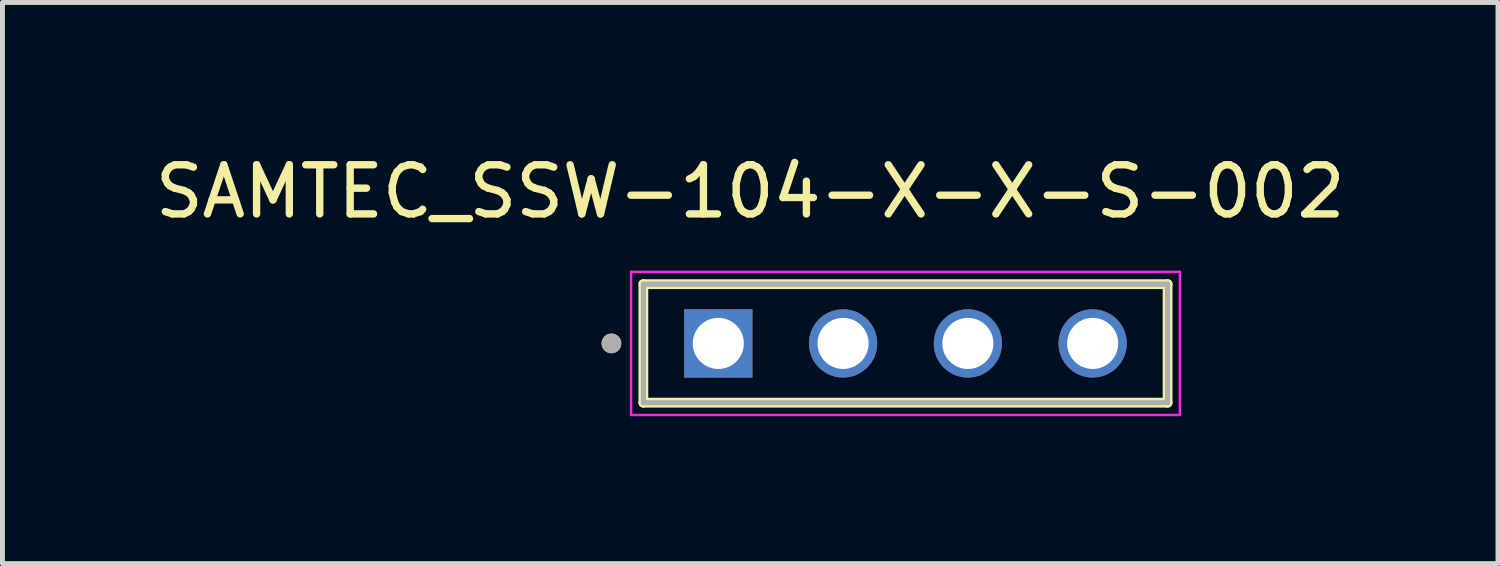
<source format=kicad_pcb>
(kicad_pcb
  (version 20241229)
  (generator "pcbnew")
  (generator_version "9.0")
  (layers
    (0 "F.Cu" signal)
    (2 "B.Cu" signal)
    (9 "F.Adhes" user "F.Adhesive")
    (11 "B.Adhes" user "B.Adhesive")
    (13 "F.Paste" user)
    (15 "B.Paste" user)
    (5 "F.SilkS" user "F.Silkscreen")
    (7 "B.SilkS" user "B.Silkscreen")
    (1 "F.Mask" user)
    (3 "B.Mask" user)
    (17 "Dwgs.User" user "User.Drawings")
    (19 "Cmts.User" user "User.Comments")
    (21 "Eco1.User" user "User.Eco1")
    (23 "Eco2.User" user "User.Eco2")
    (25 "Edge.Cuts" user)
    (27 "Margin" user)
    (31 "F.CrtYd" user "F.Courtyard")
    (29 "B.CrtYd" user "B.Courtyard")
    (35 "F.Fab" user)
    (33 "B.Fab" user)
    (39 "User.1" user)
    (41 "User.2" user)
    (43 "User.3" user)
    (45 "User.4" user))
  (footprint "SAMTEC_SSW-104-X-X-S-002"
    (layer "F.Cu")
    (at 11.57 3.94)
    (property "Reference" "SAMTEC_SSW-104-X-X-S-002" (at 0.65 -3.091 0) (layer "F.SilkS") (effects (font (size 1 1) (thickness 0.15))))
    (attr through_hole)
    (fp_line (start -1.525 1.206) (end -1.525 -1.206) (stroke (width 0.2) (type solid)) (layer "F.SilkS"))
    (fp_line (start 9.145 -1.206) (end -1.525 -1.206) (stroke (width 0.2) (type solid)) (layer "F.SilkS"))
    (fp_line (start 9.145 -1.206) (end 9.145 1.206) (stroke (width 0.2) (type solid)) (layer "F.SilkS"))
    (fp_line (start 9.145 1.206) (end -1.525 1.206) (stroke (width 0.2) (type solid)) (layer "F.SilkS"))
    (fp_circle (center -2.175 0) (end -2.075 0) (stroke (width 0.2) (type solid)) (fill no) (layer "F.SilkS"))
    (fp_line (start -1.775 -1.456) (end 9.395 -1.456) (stroke (width 0.05) (type solid)) (layer "F.CrtYd"))
    (fp_line (start -1.775 1.456) (end -1.775 -1.456) (stroke (width 0.05) (type solid)) (layer "F.CrtYd"))
    (fp_line (start 9.395 -1.456) (end 9.395 1.456) (stroke (width 0.05) (type solid)) (layer "F.CrtYd"))
    (fp_line (start 9.395 1.456) (end -1.775 1.456) (stroke (width 0.05) (type solid)) (layer "F.CrtYd"))
    (fp_line (start -1.525 -1.206) (end 9.145 -1.206) (stroke (width 0.1) (type solid)) (layer "F.Fab"))
    (fp_line (start -1.525 -1.206) (end 9.145 -1.206) (stroke (width 0.1) (type solid)) (layer "F.Fab"))
    (fp_line (start -1.525 1.206) (end -1.525 -1.206) (stroke (width 0.1) (type solid)) (layer "F.Fab"))
    (fp_line (start -1.525 1.206) (end -1.525 -1.206) (stroke (width 0.1) (type solid)) (layer "F.Fab"))
    (fp_line (start 9.145 -1.206) (end 9.145 1.206) (stroke (width 0.1) (type solid)) (layer "F.Fab"))
    (fp_line (start 9.145 -1.206) (end 9.145 1.206) (stroke (width 0.1) (type solid)) (layer "F.Fab"))
    (fp_line (start 9.145 1.206) (end -1.525 1.206) (stroke (width 0.1) (type solid)) (layer "F.Fab"))
    (fp_circle (center -2.175 0) (end -2.075 0) (stroke (width 0.2) (type solid)) (fill no) (layer "F.Fab"))
    (pad "01" thru_hole rect (at 0 0) (size 1.39 1.39) (drill 1.04) (layers "*.Cu" "*.Mask"))
    (pad "02" thru_hole circle (at 2.54 0) (size 1.39 1.39) (drill 1.04) (layers "*.Cu" "*.Mask"))
    (pad "03" thru_hole circle (at 5.08 0) (size 1.39 1.39) (drill 1.04) (layers "*.Cu" "*.Mask"))
    (pad "04" thru_hole circle (at 7.62 0) (size 1.39 1.39) (drill 1.04) (layers "*.Cu" "*.Mask")))
  (gr_rect
    (start -3 -3)
    (end 27.44 8.421)
    (stroke (width 0.1) (type default))
    (fill no)
    (layer "Edge.Cuts")))
</source>
